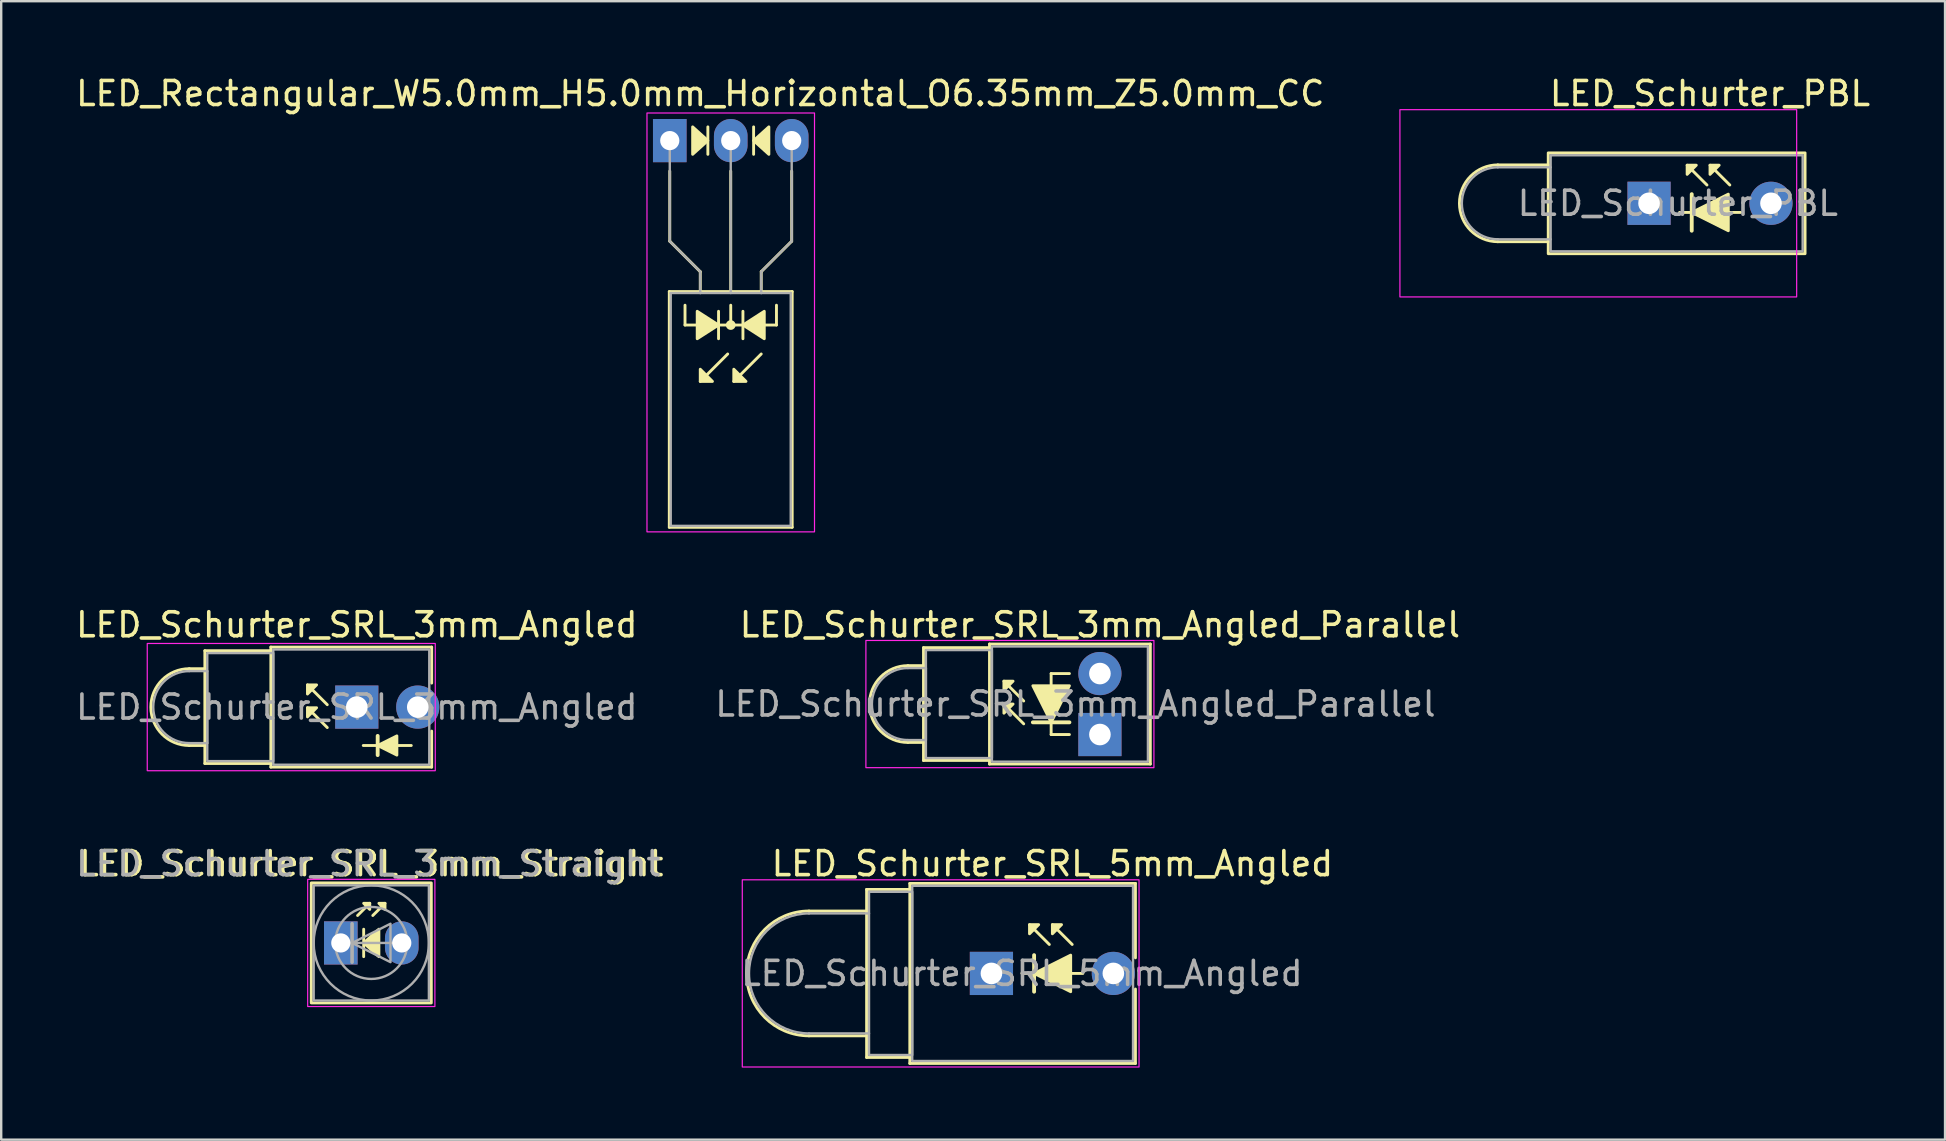
<source format=kicad_pcb>
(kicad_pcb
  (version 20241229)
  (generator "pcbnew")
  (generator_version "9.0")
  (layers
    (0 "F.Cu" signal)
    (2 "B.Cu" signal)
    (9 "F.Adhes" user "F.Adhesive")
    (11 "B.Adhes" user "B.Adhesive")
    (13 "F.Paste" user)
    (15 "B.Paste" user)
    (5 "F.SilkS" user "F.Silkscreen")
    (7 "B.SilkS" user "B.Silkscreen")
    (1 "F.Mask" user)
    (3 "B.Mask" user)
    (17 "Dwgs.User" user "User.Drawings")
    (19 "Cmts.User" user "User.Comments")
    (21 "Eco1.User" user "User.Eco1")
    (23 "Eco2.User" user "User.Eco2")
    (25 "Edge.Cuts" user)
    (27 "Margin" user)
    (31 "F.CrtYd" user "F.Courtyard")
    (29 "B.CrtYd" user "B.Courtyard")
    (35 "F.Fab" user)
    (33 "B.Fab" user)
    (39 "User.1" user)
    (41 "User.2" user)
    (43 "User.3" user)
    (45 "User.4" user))
  (footprint "LED_Schurter_SRL_5mm_Angled"
    (layer "F.Cu")
    (at 38.256 37.506)
    (property "Reference" "LED_Schurter_SRL_5mm_Angled" (at 2.54 -4.572 0) (layer "F.SilkS") (effects (font (size 1 1) (thickness 0.15))))
    (fp_line (start -7.6 -2.6) (end -5.2 -2.6) (stroke (width 0.12) (type default)) (layer "F.SilkS"))
    (fp_line (start -7.6 2.6) (end -5.2 2.6) (stroke (width 0.12) (type default)) (layer "F.SilkS"))
    (fp_line (start -5.2 -3.5) (end -3.4 -3.5) (stroke (width 0.12) (type default)) (layer "F.SilkS"))
    (fp_line (start -5.2 3.5) (end -5.2 -3.5) (stroke (width 0.12) (type default)) (layer "F.SilkS"))
    (fp_line (start -3.4 -3.75) (end -3.4 3.75) (stroke (width 0.12) (type default)) (layer "F.SilkS"))
    (fp_line (start -3.4 -3.75) (end 6 -3.75) (stroke (width 0.12) (type default)) (layer "F.SilkS"))
    (fp_line (start -3.4 3.5) (end -5.2 3.5) (stroke (width 0.12) (type default)) (layer "F.SilkS"))
    (fp_line (start -3.4 3.75) (end 6 3.75) (stroke (width 0.12) (type default)) (layer "F.SilkS"))
    (fp_line (start 1.27 0) (end 3.81 0) (stroke (width 0.12) (type default)) (layer "F.SilkS"))
    (fp_line (start 1.778 -0.762) (end 1.778 0.762) (stroke (width 0.16) (type default)) (layer "F.SilkS"))
    (fp_line (start 2.413 -1.206) (end 1.587 -2.032) (stroke (width 0.12) (type solid)) (layer "F.SilkS"))
    (fp_line (start 3.365 -1.206) (end 2.54 -2.032) (stroke (width 0.12) (type solid)) (layer "F.SilkS"))
    (fp_line (start 6 -3.75) (end 6 -0.65) (stroke (width 0.12) (type default)) (layer "F.SilkS"))
    (fp_line (start 6 3.75) (end 6 0.65) (stroke (width 0.12) (type default)) (layer "F.SilkS"))
    (fp_arc (start -7.6 2.6) (mid -10.2 0) (end -7.6 -2.6) (stroke (width 0.12) (type default)) (layer "F.SilkS"))
    (fp_poly (pts (xy 1.587 -1.651) (xy 1.968 -2.032) (xy 1.587 -2.032)) (stroke (width 0.12) (type solid)) (fill yes) (layer "F.SilkS"))
    (fp_poly (pts (xy 1.778 0) (xy 3.302 -0.762) (xy 3.302 0.762)) (stroke (width 0.12) (type solid)) (fill yes) (layer "F.SilkS"))
    (fp_poly (pts (xy 2.54 -1.651) (xy 2.921 -2.032) (xy 2.54 -2.032)) (stroke (width 0.12) (type solid)) (fill yes) (layer "F.SilkS"))
    (fp_rect (start -10.38 -3.9) (end 6.15 3.9) (stroke (width 0.05) (type default)) (fill no) (layer "F.CrtYd"))
    (fp_line (start -7.6 -2.5) (end -5.1 -2.5) (stroke (width 0.1) (type default)) (layer "F.Fab"))
    (fp_line (start -7.6 2.5) (end -5.1 2.5) (stroke (width 0.1) (type default)) (layer "F.Fab"))
    (fp_rect (start -5.1 -3.4) (end -3.3 3.4) (stroke (width 0.1) (type default)) (fill no) (layer "F.Fab"))
    (fp_rect (start -3.3 -3.65) (end 5.9 3.65) (stroke (width 0.1) (type default)) (fill no) (layer "F.Fab"))
    (fp_arc (start -7.6 2.5) (mid -10.1 0) (end -7.6 -2.5) (stroke (width 0.1) (type default)) (layer "F.Fab"))
    (fp_text user "${REFERENCE}" (at 1.27 0 0) (layer "F.Fab") (effects (font (size 1 1) (thickness 0.15))))
    (pad "1" thru_hole rect (at 0 0) (size 1.8 1.8) (drill 0.9) (layers "*.Cu" "*.Mask"))
    (pad "2" thru_hole oval (at 5.08 0) (size 1.8 1.8) (drill 0.9) (layers "*.Cu" "*.Mask")))
  (footprint "LED_Rectangular_W5.0mm_H5.0mm_Horizontal_O6.35mm_Z5.0mm_CC"
    (layer "F.Cu")
    (at 24.855 2.808)
    (property "Reference" "LED_Rectangular_W5.0mm_H5.0mm_Horizontal_O6.35mm_Z5.0mm_CC" (at 1.27 -1.96 0) (layer "F.SilkS") (effects (font (size 1 1) (thickness 0.15))))
    (fp_line (start -0.02 6.29) (end -0.02 16.11) (stroke (width 0.12) (type solid)) (layer "F.SilkS"))
    (fp_line (start -0.02 16.11) (end 5.1 16.11) (stroke (width 0.12) (type solid)) (layer "F.SilkS"))
    (fp_line (start 0 1.27) (end 0 4.191) (stroke (width 0.12) (type default)) (layer "F.SilkS"))
    (fp_line (start 0 4.191) (end 1.27 5.461) (stroke (width 0.12) (type default)) (layer "F.SilkS"))
    (fp_line (start 0.635 7.684) (end 0.635 6.858) (stroke (width 0.12) (type default)) (layer "F.SilkS"))
    (fp_line (start 0.635 7.684) (end 4.445 7.684) (stroke (width 0.12) (type default)) (layer "F.SilkS"))
    (fp_line (start 1.27 5.461) (end 1.27 6.29) (stroke (width 0.12) (type default)) (layer "F.SilkS"))
    (fp_line (start 1.27 6.29) (end 1.27 6.29) (stroke (width 0.12) (type solid)) (layer "F.SilkS"))
    (fp_line (start 1.587 0.572) (end 1.587 -0.572) (stroke (width 0.12) (type solid)) (layer "F.SilkS"))
    (fp_line (start 2.032 8.255) (end 2.032 7.112) (stroke (width 0.12) (type solid)) (layer "F.SilkS"))
    (fp_line (start 2.413 8.89) (end 1.27 10.033) (stroke (width 0.12) (type solid)) (layer "F.SilkS"))
    (fp_line (start 2.54 6.29) (end 2.54 1.27) (stroke (width 0.12) (type default)) (layer "F.SilkS"))
    (fp_line (start 2.54 7.684) (end 2.54 6.858) (stroke (width 0.12) (type default)) (layer "F.SilkS"))
    (fp_line (start 3.048 7.112) (end 3.048 8.255) (stroke (width 0.12) (type solid)) (layer "F.SilkS"))
    (fp_line (start 3.493 -0.572) (end 3.493 0.572) (stroke (width 0.12) (type solid)) (layer "F.SilkS"))
    (fp_line (start 3.81 5.461) (end 3.81 6.29) (stroke (width 0.12) (type default)) (layer "F.SilkS"))
    (fp_line (start 3.81 6.29) (end 3.81 6.29) (stroke (width 0.12) (type solid)) (layer "F.SilkS"))
    (fp_line (start 3.81 8.89) (end 2.667 10.033) (stroke (width 0.12) (type solid)) (layer "F.SilkS"))
    (fp_line (start 4.445 7.684) (end 4.445 6.858) (stroke (width 0.12) (type default)) (layer "F.SilkS"))
    (fp_line (start 5.08 1.27) (end 5.08 4.191) (stroke (width 0.12) (type default)) (layer "F.SilkS"))
    (fp_line (start 5.08 4.191) (end 3.81 5.461) (stroke (width 0.12) (type default)) (layer "F.SilkS"))
    (fp_line (start 5.1 6.29) (end -0.02 6.29) (stroke (width 0.12) (type solid)) (layer "F.SilkS"))
    (fp_line (start 5.1 16.11) (end 5.1 6.29) (stroke (width 0.12) (type solid)) (layer "F.SilkS"))
    (fp_circle (center 2.54 7.684) (end 2.682 7.684) (stroke (width 0.12) (type solid)) (fill yes) (layer "F.SilkS"))
    (fp_poly (pts (xy 0.953 -0.572) (xy 1.587 0) (xy 0.953 0.572)) (stroke (width 0.12) (type solid)) (fill yes) (layer "F.SilkS"))
    (fp_poly (pts (xy 1.143 7.112) (xy 2.032 7.684) (xy 1.143 8.255)) (stroke (width 0.12) (type solid)) (fill yes) (layer "F.SilkS"))
    (fp_poly (pts (xy 1.27 9.525) (xy 1.778 10.033) (xy 1.27 10.033)) (stroke (width 0.12) (type solid)) (fill yes) (layer "F.SilkS"))
    (fp_poly (pts (xy 2.667 9.525) (xy 3.175 10.033) (xy 2.667 10.033)) (stroke (width 0.12) (type solid)) (fill yes) (layer "F.SilkS"))
    (fp_poly (pts (xy 3.937 8.255) (xy 3.048 7.684) (xy 3.937 7.112)) (stroke (width 0.12) (type solid)) (fill yes) (layer "F.SilkS"))
    (fp_poly (pts (xy 4.128 0.572) (xy 3.493 0) (xy 4.128 -0.572)) (stroke (width 0.12) (type solid)) (fill yes) (layer "F.SilkS"))
    (fp_rect (start -0.95 -1.15) (end 6.03 16.3) (stroke (width 0.05) (type default)) (fill no) (layer "F.CrtYd"))
    (fp_line (start 0 0) (end 0 0) (stroke (width 0.1) (type solid)) (layer "F.Fab"))
    (fp_line (start 0 4.191) (end 0 0) (stroke (width 0.1) (type default)) (layer "F.Fab"))
    (fp_line (start 0.04 6.35) (end 0.04 16.05) (stroke (width 0.1) (type solid)) (layer "F.Fab"))
    (fp_line (start 0.04 16.05) (end 5.04 16.05) (stroke (width 0.1) (type solid)) (layer "F.Fab"))
    (fp_line (start 1.27 5.461) (end 0 4.191) (stroke (width 0.1) (type default)) (layer "F.Fab"))
    (fp_line (start 1.27 5.461) (end 1.27 6.35) (stroke (width 0.1) (type default)) (layer "F.Fab"))
    (fp_line (start 1.27 6.35) (end 1.27 6.35) (stroke (width 0.1) (type solid)) (layer "F.Fab"))
    (fp_line (start 2.54 0) (end 2.54 0) (stroke (width 0.1) (type solid)) (layer "F.Fab"))
    (fp_line (start 2.54 0) (end 2.54 6.35) (stroke (width 0.1) (type default)) (layer "F.Fab"))
    (fp_line (start 3.81 5.461) (end 3.81 6.35) (stroke (width 0.1) (type default)) (layer "F.Fab"))
    (fp_line (start 3.81 5.461) (end 5.08 4.191) (stroke (width 0.1) (type default)) (layer "F.Fab"))
    (fp_line (start 3.81 6.35) (end 3.81 6.35) (stroke (width 0.1) (type solid)) (layer "F.Fab"))
    (fp_line (start 5.04 6.35) (end 0.04 6.35) (stroke (width 0.1) (type solid)) (layer "F.Fab"))
    (fp_line (start 5.04 16.05) (end 5.04 6.35) (stroke (width 0.1) (type solid)) (layer "F.Fab"))
    (fp_line (start 5.08 4.191) (end 5.08 0) (stroke (width 0.1) (type default)) (layer "F.Fab"))
    (pad "1" thru_hole rect (at 0 0) (size 1.4 1.8) (drill 0.8) (layers "*.Cu" "*.Mask"))
    (pad "2" thru_hole oval (at 2.54 0) (size 1.4 1.8) (drill 0.8) (layers "*.Cu" "*.Mask"))
    (pad "3" thru_hole oval (at 5.08 0) (size 1.4 1.8) (drill 0.8) (layers "*.Cu" "*.Mask")))
  (footprint "LED_Schurter_SRL_3mm_Straight"
    (layer "F.Cu")
    (at 11.149 36.236)
    (property "Reference" "LED_Schurter_SRL_3mm_Straight" (at 1.27 -3.302 0) (layer "F.SilkS") (effects (font (size 1 1) (thickness 0.15))))
    (fp_line (start 0.699 -1.143) (end 1.206 -1.651) (stroke (width 0.12) (type solid)) (layer "F.SilkS"))
    (fp_line (start 0.953 -0.572) (end 0.953 0.572) (stroke (width 0.12) (type solid)) (layer "F.SilkS"))
    (fp_line (start 1.333 -1.143) (end 1.841 -1.651) (stroke (width 0.12) (type solid)) (layer "F.SilkS"))
    (fp_rect (start -1.23 -2.5) (end 3.77 2.5) (stroke (width 0.12) (type default)) (fill no) (layer "F.SilkS"))
    (fp_poly (pts (xy 1.206 -1.397) (xy 0.953 -1.651) (xy 1.206 -1.651)) (stroke (width 0.12) (type solid)) (fill yes) (layer "F.SilkS"))
    (fp_poly (pts (xy 1.587 0.572) (xy 0.953 0) (xy 1.587 -0.572)) (stroke (width 0.12) (type solid)) (fill yes) (layer "F.SilkS"))
    (fp_poly (pts (xy 1.841 -1.397) (xy 1.587 -1.651) (xy 1.841 -1.651)) (stroke (width 0.12) (type solid)) (fill yes) (layer "F.SilkS"))
    (fp_rect (start -1.38 -2.65) (end 3.92 2.65) (stroke (width 0.05) (type default)) (fill no) (layer "F.CrtYd"))
    (fp_line (start 0.47 0) (end 0.47 -0.8) (stroke (width 0.15) (type default)) (layer "F.Fab"))
    (fp_line (start 0.47 0) (end 0.47 0.8) (stroke (width 0.15) (type default)) (layer "F.Fab"))
    (fp_line (start 2.47 0) (end 0.07 0) (stroke (width 0.1) (type default)) (layer "F.Fab"))
    (fp_rect (start -1.13 -2.4) (end 3.67 2.4) (stroke (width 0.1) (type default)) (fill no) (layer "F.Fab"))
    (fp_circle (center 1.27 0) (end 2.77 0) (stroke (width 0.1) (type solid)) (fill no) (layer "F.Fab"))
    (fp_circle (center 1.27 0) (end 3.67 0) (stroke (width 0.1) (type solid)) (fill no) (layer "F.Fab"))
    (fp_poly (pts (xy 0.47 0) (xy 2.07 -0.8) (xy 2.07 0.8)) (stroke (width 0.1) (type solid)) (fill no) (layer "F.Fab"))
    (fp_text user "${REFERENCE}" (at 1.143 -3.302 0) (layer "F.Fab") (effects (font (size 1 1) (thickness 0.15))))
    (pad "1" thru_hole rect (at 0 0) (size 1.4 1.8) (drill 0.8) (layers "*.Cu" "*.Mask"))
    (pad "2" thru_hole oval (at 2.54 0) (size 1.4 1.8) (drill 0.8) (layers "*.Cu" "*.Mask")))
  (footprint "LED_Schurter_SRL_3mm_Angled_Parallel"
    (layer "F.Cu")
    (at 42.776 27.553)
    (property "Reference" "LED_Schurter_SRL_3mm_Angled_Parallel" (at 0 -4.572 0) (layer "F.SilkS") (effects (font (size 1 1) (thickness 0.15))))
    (fp_line (start -7.35 -3.62) (end -7.35 -2.87) (stroke (width 0.12) (type default)) (layer "F.SilkS"))
    (fp_line (start -7.35 -2.87) (end -8 -2.87) (stroke (width 0.12) (type default)) (layer "F.SilkS"))
    (fp_line (start -7.35 0.33) (end -8 0.33) (stroke (width 0.12) (type default)) (layer "F.SilkS"))
    (fp_line (start -7.35 0.33) (end -7.35 -2.87) (stroke (width 0.12) (type default)) (layer "F.SilkS"))
    (fp_line (start -7.35 1.08) (end -7.35 0.33) (stroke (width 0.12) (type default)) (layer "F.SilkS"))
    (fp_line (start -4.6 -3.77) (end -4.6 -3.62) (stroke (width 0.12) (type default)) (layer "F.SilkS"))
    (fp_line (start -4.6 -3.77) (end 2.1 -3.77) (stroke (width 0.12) (type default)) (layer "F.SilkS"))
    (fp_line (start -4.6 -3.62) (end -7.35 -3.62) (stroke (width 0.12) (type default)) (layer "F.SilkS"))
    (fp_line (start -4.6 -3.62) (end -4.6 1.08) (stroke (width 0.12) (type default)) (layer "F.SilkS"))
    (fp_line (start -4.6 1.08) (end -7.35 1.08) (stroke (width 0.12) (type default)) (layer "F.SilkS"))
    (fp_line (start -4.6 1.23) (end -4.6 1.08) (stroke (width 0.12) (type default)) (layer "F.SilkS"))
    (fp_line (start -3.175 -1.397) (end -4 -2.223) (stroke (width 0.12) (type solid)) (layer "F.SilkS"))
    (fp_line (start -3.175 -0.445) (end -4 -1.27) (stroke (width 0.12) (type solid)) (layer "F.SilkS"))
    (fp_line (start -2.032 -2.54) (end -2.032 0) (stroke (width 0.12) (type default)) (layer "F.SilkS"))
    (fp_line (start -2.032 -2.54) (end -1.27 -2.54) (stroke (width 0.12) (type default)) (layer "F.SilkS"))
    (fp_line (start -2.032 0) (end -1.27 0) (stroke (width 0.12) (type default)) (layer "F.SilkS"))
    (fp_line (start -1.27 -0.508) (end -2.794 -0.508) (stroke (width 0.16) (type default)) (layer "F.SilkS"))
    (fp_line (start 2.1 -3.77) (end 2.1 1.23) (stroke (width 0.12) (type default)) (layer "F.SilkS"))
    (fp_line (start 2.1 1.23) (end -4.6 1.23) (stroke (width 0.12) (type default)) (layer "F.SilkS"))
    (fp_arc (start -8 0.33) (mid -9.6 -1.27) (end -8 -2.87) (stroke (width 0.12) (type default)) (layer "F.SilkS"))
    (fp_poly (pts (xy -3.619 -2.223) (xy -4 -1.841) (xy -4 -2.223)) (stroke (width 0.12) (type solid)) (fill yes) (layer "F.SilkS"))
    (fp_poly (pts (xy -3.619 -1.27) (xy -4 -0.889) (xy -4 -1.27)) (stroke (width 0.12) (type solid)) (fill yes) (layer "F.SilkS"))
    (fp_poly (pts (xy -2.032 -0.508) (xy -1.27 -2.032) (xy -2.794 -2.032)) (stroke (width 0.12) (type solid)) (fill yes) (layer "F.SilkS"))
    (fp_rect (start -9.75 -3.92) (end 2.25 1.38) (stroke (width 0.05) (type default)) (fill no) (layer "F.CrtYd"))
    (fp_line (start -8 -2.77) (end -7.25 -2.77) (stroke (width 0.1) (type default)) (layer "F.Fab"))
    (fp_line (start -7.25 -2.77) (end -7.25 0.23) (stroke (width 0.1) (type default)) (layer "F.Fab"))
    (fp_line (start -7.25 0.23) (end -8 0.23) (stroke (width 0.1) (type default)) (layer "F.Fab"))
    (fp_rect (start -7.25 -3.52) (end -4.5 0.98) (stroke (width 0.1) (type default)) (fill no) (layer "F.Fab"))
    (fp_rect (start -4.5 -3.67) (end 2 1.13) (stroke (width 0.1) (type default)) (fill no) (layer "F.Fab"))
    (fp_arc (start -8 0.23) (mid -9.5 -1.27) (end -8 -2.77) (stroke (width 0.1) (type default)) (layer "F.Fab"))
    (fp_text user "${REFERENCE}" (at -1.02 -1.27 0) (layer "F.Fab") (effects (font (size 1 1) (thickness 0.15))))
    (pad "1" thru_hole rect (at 0 0) (size 1.8 1.8) (drill 0.9) (layers "*.Cu" "*.Mask"))
    (pad "2" thru_hole oval (at 0 -2.54) (size 1.8 1.8) (drill 0.9) (layers "*.Cu" "*.Mask")))
  (footprint "LED_Schurter_SRL_3mm_Angled"
    (layer "F.Cu")
    (at 11.815 26.41)
    (property "Reference" "LED_Schurter_SRL_3mm_Angled" (at 0 -3.429 0) (layer "F.SilkS") (effects (font (size 1 1) (thickness 0.15))))
    (fp_line (start -6.33 -2.35) (end -6.33 -1.6) (stroke (width 0.12) (type default)) (layer "F.SilkS"))
    (fp_line (start -6.33 -1.6) (end -6.98 -1.6) (stroke (width 0.12) (type default)) (layer "F.SilkS"))
    (fp_line (start -6.33 1.6) (end -6.98 1.6) (stroke (width 0.12) (type default)) (layer "F.SilkS"))
    (fp_line (start -6.33 1.6) (end -6.33 -1.6) (stroke (width 0.12) (type default)) (layer "F.SilkS"))
    (fp_line (start -6.33 2.35) (end -6.33 1.6) (stroke (width 0.12) (type default)) (layer "F.SilkS"))
    (fp_line (start -3.58 -2.5) (end -3.58 -2.35) (stroke (width 0.12) (type default)) (layer "F.SilkS"))
    (fp_line (start -3.58 -2.5) (end 3.12 -2.5) (stroke (width 0.12) (type default)) (layer "F.SilkS"))
    (fp_line (start -3.58 -2.35) (end -6.33 -2.35) (stroke (width 0.12) (type default)) (layer "F.SilkS"))
    (fp_line (start -3.58 -2.35) (end -3.58 2.35) (stroke (width 0.12) (type default)) (layer "F.SilkS"))
    (fp_line (start -3.58 2.35) (end -6.33 2.35) (stroke (width 0.12) (type default)) (layer "F.SilkS"))
    (fp_line (start -3.58 2.5) (end -3.58 2.35) (stroke (width 0.12) (type default)) (layer "F.SilkS"))
    (fp_line (start -1.23 -0.1) (end -2.055 -0.925) (stroke (width 0.12) (type solid)) (layer "F.SilkS"))
    (fp_line (start -1.23 0.853) (end -2.055 0.027) (stroke (width 0.12) (type solid)) (layer "F.SilkS"))
    (fp_line (start 0.27 1.6) (end 2.27 1.6) (stroke (width 0.12) (type default)) (layer "F.SilkS"))
    (fp_line (start 0.87 2) (end 0.87 1.2) (stroke (width 0.16) (type default)) (layer "F.SilkS"))
    (fp_line (start 3.12 -2.5) (end 3.12 -1) (stroke (width 0.12) (type default)) (layer "F.SilkS"))
    (fp_line (start 3.12 2.5) (end -3.58 2.5) (stroke (width 0.12) (type default)) (layer "F.SilkS"))
    (fp_line (start 3.12 2.5) (end 3.12 1) (stroke (width 0.12) (type default)) (layer "F.SilkS"))
    (fp_arc (start -6.98 1.6) (mid -8.58 0) (end -6.98 -1.6) (stroke (width 0.12) (type default)) (layer "F.SilkS"))
    (fp_poly (pts (xy -1.675 -0.925) (xy -2.055 -0.544) (xy -2.055 -0.925)) (stroke (width 0.12) (type solid)) (fill yes) (layer "F.SilkS"))
    (fp_poly (pts (xy -1.675 0.027) (xy -2.055 0.408) (xy -2.055 0.027)) (stroke (width 0.12) (type solid)) (fill yes) (layer "F.SilkS"))
    (fp_poly (pts (xy 0.87 1.6) (xy 1.67 1.2) (xy 1.67 2)) (stroke (width 0.12) (type solid)) (fill yes) (layer "F.SilkS"))
    (fp_rect (start -8.73 -2.65) (end 3.27 2.65) (stroke (width 0.05) (type default)) (fill no) (layer "F.CrtYd"))
    (fp_line (start -6.98 -1.5) (end -6.23 -1.5) (stroke (width 0.1) (type default)) (layer "F.Fab"))
    (fp_line (start -6.23 -1.5) (end -6.23 1.5) (stroke (width 0.1) (type default)) (layer "F.Fab"))
    (fp_line (start -6.23 1.5) (end -6.98 1.5) (stroke (width 0.1) (type default)) (layer "F.Fab"))
    (fp_rect (start -6.23 -2.25) (end -3.48 2.25) (stroke (width 0.1) (type default)) (fill no) (layer "F.Fab"))
    (fp_rect (start -3.48 -2.4) (end 3.02 2.4) (stroke (width 0.1) (type default)) (fill no) (layer "F.Fab"))
    (fp_arc (start -6.98 1.5) (mid -8.48 0) (end -6.98 -1.5) (stroke (width 0.1) (type default)) (layer "F.Fab"))
    (fp_text user "${REFERENCE}" (at 0 0 0) (layer "F.Fab") (effects (font (size 1 1) (thickness 0.15))))
    (pad "1" thru_hole rect (at 0 0) (size 1.8 1.8) (drill 0.9) (layers "*.Cu" "*.Mask"))
    (pad "2" thru_hole oval (at 2.54 0) (size 1.8 1.8) (drill 0.9) (layers "*.Cu" "*.Mask")))
  (footprint "LED_Schurter_PBL"
    (layer "F.Cu")
    (at 65.655 5.42)
    (property "Reference" "LED_Schurter_PBL" (at 2.54 -4.572 0) (layer "F.SilkS") (effects (font (size 1 1) (thickness 0.15))))
    (fp_line (start -6.3 -1.6) (end -4.2 -1.6) (stroke (width 0.12) (type default)) (layer "F.SilkS"))
    (fp_line (start -6.3 1.6) (end -4.2 1.6) (stroke (width 0.12) (type default)) (layer "F.SilkS"))
    (fp_line (start 1.27 0.381) (end 3.81 0.381) (stroke (width 0.12) (type default)) (layer "F.SilkS"))
    (fp_line (start 1.778 -0.381) (end 1.778 1.143) (stroke (width 0.16) (type default)) (layer "F.SilkS"))
    (fp_line (start 2.413 -0.762) (end 1.587 -1.587) (stroke (width 0.12) (type solid)) (layer "F.SilkS"))
    (fp_line (start 3.365 -0.762) (end 2.54 -1.587) (stroke (width 0.12) (type solid)) (layer "F.SilkS"))
    (fp_rect (start -4.2 -2.1) (end 6.5 2.1) (stroke (width 0.12) (type default)) (fill no) (layer "F.SilkS"))
    (fp_arc (start -6.3 1.6) (mid -7.9 0) (end -6.3 -1.6) (stroke (width 0.12) (type default)) (layer "F.SilkS"))
    (fp_poly (pts (xy 1.587 -1.206) (xy 1.968 -1.587) (xy 1.587 -1.587)) (stroke (width 0.12) (type solid)) (fill yes) (layer "F.SilkS"))
    (fp_poly (pts (xy 1.778 0.381) (xy 3.302 -0.381) (xy 3.302 1.143)) (stroke (width 0.12) (type solid)) (fill yes) (layer "F.SilkS"))
    (fp_poly (pts (xy 2.54 -1.206) (xy 2.921 -1.587) (xy 2.54 -1.587)) (stroke (width 0.12) (type solid)) (fill yes) (layer "F.SilkS"))
    (fp_rect (start -10.38 -3.9) (end 6.15 3.9) (stroke (width 0.05) (type default)) (fill no) (layer "F.CrtYd"))
    (fp_line (start -6.3 -1.5) (end -4.1 -1.5) (stroke (width 0.1) (type default)) (layer "F.Fab"))
    (fp_line (start -6.3 1.5) (end -4.1 1.5) (stroke (width 0.1) (type default)) (layer "F.Fab"))
    (fp_rect (start -4.1 -2) (end 6.4 2) (stroke (width 0.1) (type default)) (fill no) (layer "F.Fab"))
    (fp_arc (start -6.3 1.5) (mid -7.8 0) (end -6.3 -1.5) (stroke (width 0.1) (type default)) (layer "F.Fab"))
    (fp_text user "${REFERENCE}" (at 1.2 0 0) (layer "F.Fab") (effects (font (size 1 1) (thickness 0.15))))
    (pad "1" thru_hole rect (at 0 0) (size 1.8 1.8) (drill 0.9) (layers "*.Cu" "*.Mask"))
    (pad "2" thru_hole oval (at 5.08 0) (size 1.8 1.8) (drill 0.9) (layers "*.Cu" "*.Mask")))
  (gr_rect
    (start -3 -3)
    (end 77.987 44.431)
    (stroke (width 0.1) (type default))
    (fill no)
    (layer "Edge.Cuts")))
</source>
